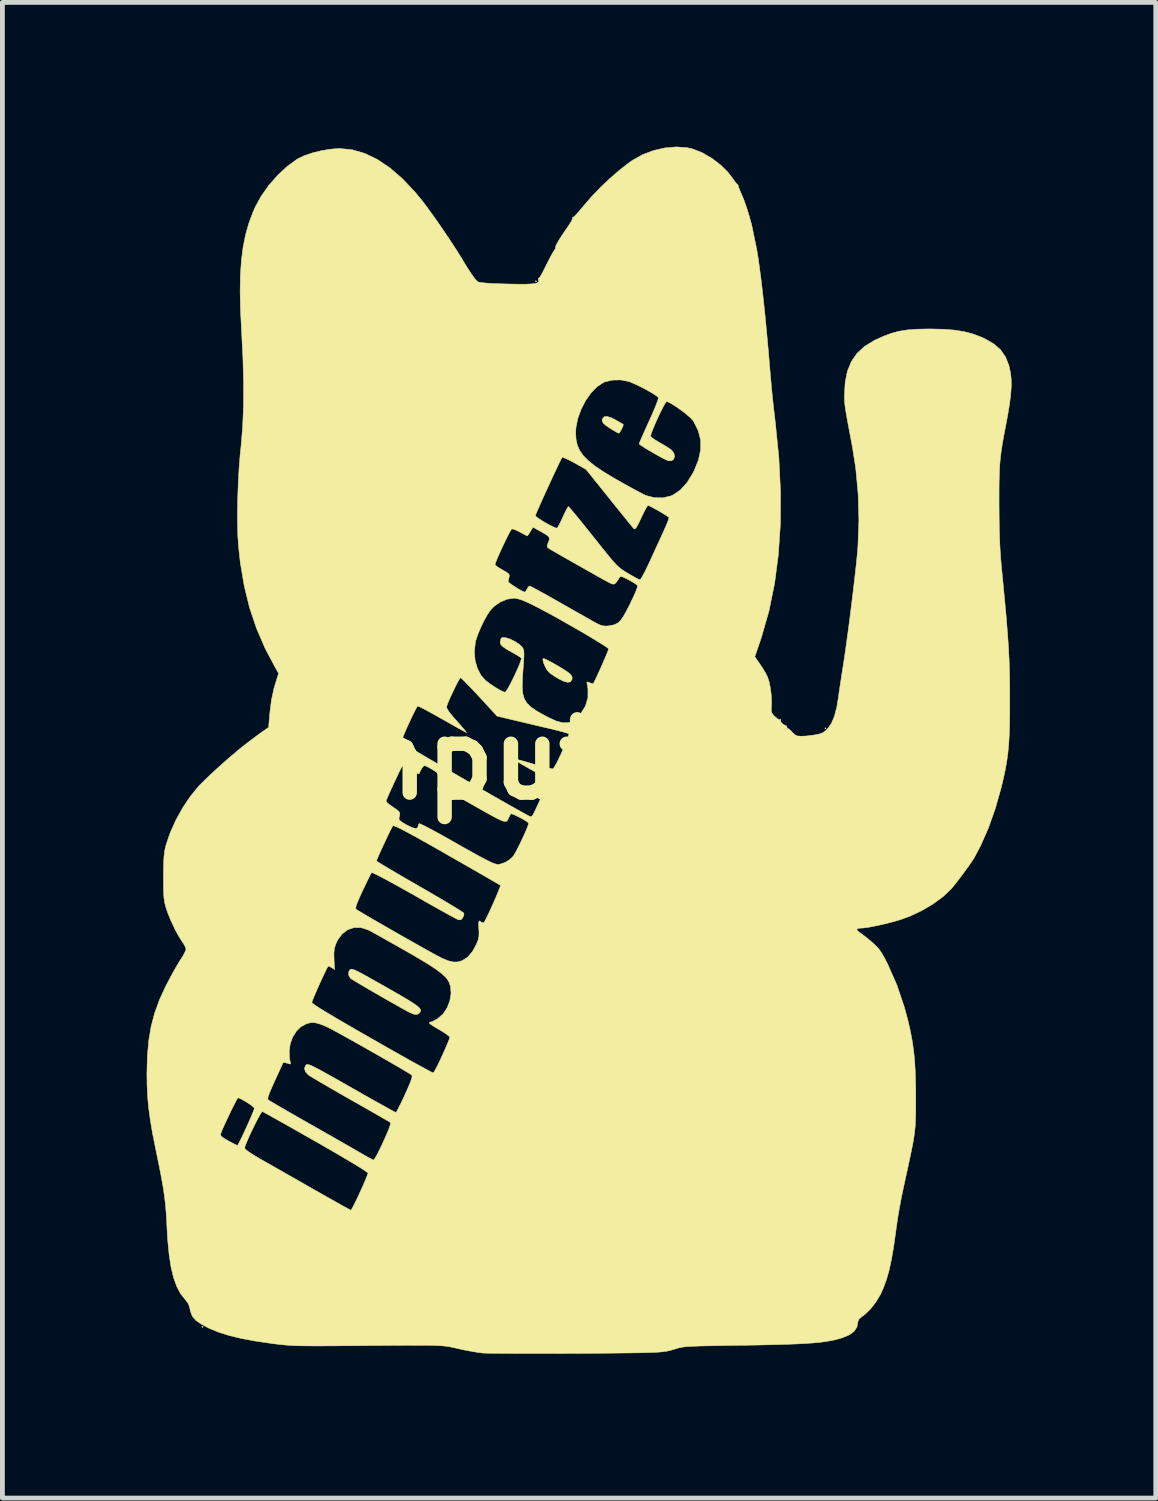
<source format=kicad_pcb>
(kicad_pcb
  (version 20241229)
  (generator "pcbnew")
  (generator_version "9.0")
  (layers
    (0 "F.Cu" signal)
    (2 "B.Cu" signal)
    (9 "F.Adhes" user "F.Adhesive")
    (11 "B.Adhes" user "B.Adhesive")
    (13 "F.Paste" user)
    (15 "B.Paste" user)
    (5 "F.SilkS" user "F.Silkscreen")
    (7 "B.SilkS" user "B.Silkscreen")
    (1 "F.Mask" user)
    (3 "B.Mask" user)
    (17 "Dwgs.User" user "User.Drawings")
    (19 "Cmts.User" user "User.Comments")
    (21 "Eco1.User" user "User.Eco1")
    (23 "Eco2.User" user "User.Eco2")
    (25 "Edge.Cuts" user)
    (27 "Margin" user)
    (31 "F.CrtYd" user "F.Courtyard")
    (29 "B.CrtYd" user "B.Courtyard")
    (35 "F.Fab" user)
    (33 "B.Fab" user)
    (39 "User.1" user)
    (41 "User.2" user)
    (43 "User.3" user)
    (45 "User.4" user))
  (footprint "inputkatze"
    (layer "F.Cu")
    (at 9.606 12.742)
    (property "Reference" "inputkatze" (at 0 0 0) (layer "F.SilkS") (effects (font (size 1.524 1.524) (thickness 0.3))))
    (attr through_hole)
    (fp_poly (pts (xy -8.433 11.798) (xy -8.445 11.811) (xy -8.458 11.798) (xy -8.445 11.786) (xy -8.433 11.798)) (stroke (width 0.01) (type solid)) (fill yes) (layer "F.SilkS"))
    (fp_poly (pts (xy -1.499 -9.944) (xy -1.511 -9.931) (xy -1.524 -9.944) (xy -1.511 -9.957) (xy -1.499 -9.944)) (stroke (width 0.01) (type solid)) (fill yes) (layer "F.SilkS"))
    (fp_poly (pts (xy 4.521 -0.648) (xy 4.508 -0.635) (xy 4.496 -0.648) (xy 4.508 -0.66) (xy 4.521 -0.648)) (stroke (width 0.01) (type solid)) (fill yes) (layer "F.SilkS"))
    (fp_poly (pts (xy 0.06 -7.103) (xy 0.149 -7.057) (xy 0.224 -7.014) (xy 0.28 -6.982) (xy 0.303 -6.968) (xy 0.301 -6.941) (xy 0.281 -6.891) (xy 0.252 -6.836) (xy 0.225 -6.794) (xy 0.21 -6.784) (xy 0.18 -6.797) (xy 0.12 -6.831) (xy 0.051 -6.872) (xy -0.051 -6.94) (xy -0.111 -6.993) (xy -0.136 -7.039) (xy -0.129 -7.083) (xy -0.125 -7.09) (xy -0.087 -7.128) (xy -0.028 -7.132) (xy 0.06 -7.103)) (stroke (width 0.01) (type solid)) (fill yes) (layer "F.SilkS"))
    (fp_poly (pts (xy -1.336 -2.095) (xy -1.276 -2.067) (xy -1.194 -2.024) (xy -1.1 -1.971) (xy -1.003 -1.914) (xy -0.913 -1.858) (xy -0.841 -1.809) (xy -0.797 -1.774) (xy -0.794 -1.771) (xy -0.758 -1.715) (xy -0.763 -1.66) (xy -0.764 -1.657) (xy -0.798 -1.613) (xy -0.855 -1.604) (xy -0.941 -1.629) (xy -1.041 -1.678) (xy -1.129 -1.731) (xy -1.207 -1.786) (xy -1.247 -1.819) (xy -1.287 -1.87) (xy -1.325 -1.941) (xy -1.354 -2.013) (xy -1.368 -2.073) (xy -1.362 -2.1) (xy -1.336 -2.095)) (stroke (width 0.01) (type solid)) (fill yes) (layer "F.SilkS"))
    (fp_poly (pts (xy -5.315 4.366) (xy -5.268 4.384) (xy -5.201 4.416) (xy -5.107 4.466) (xy -4.983 4.535) (xy -4.822 4.626) (xy -4.73 4.678) (xy -4.509 4.803) (xy -4.329 4.907) (xy -4.186 4.991) (xy -4.077 5.059) (xy -3.999 5.113) (xy -3.946 5.156) (xy -3.918 5.19) (xy -3.908 5.219) (xy -3.915 5.244) (xy -3.934 5.27) (xy -3.942 5.278) (xy -3.986 5.304) (xy -4.046 5.299) (xy -4.131 5.264) (xy -4.153 5.253) (xy -4.231 5.211) (xy -4.337 5.152) (xy -4.464 5.08) (xy -4.605 5.001) (xy -4.752 4.916) (xy -4.898 4.832) (xy -5.036 4.752) (xy -5.159 4.679) (xy -5.259 4.619) (xy -5.33 4.576) (xy -5.365 4.553) (xy -5.366 4.552) (xy -5.403 4.493) (xy -5.407 4.424) (xy -5.382 4.376) (xy -5.366 4.364) (xy -5.346 4.36) (xy -5.315 4.366)) (stroke (width 0.01) (type solid)) (fill yes) (layer "F.SilkS"))
    (fp_poly (pts (xy 1.633 -12.721) (xy 1.753 -12.693) (xy 1.947 -12.616) (xy 2.142 -12.503) (xy 2.324 -12.365) (xy 2.48 -12.212) (xy 2.583 -12.076) (xy 2.627 -12.013) (xy 2.661 -11.972) (xy 2.673 -11.963) (xy 2.692 -11.944) (xy 2.692 -11.936) (xy 2.702 -11.9) (xy 2.728 -11.834) (xy 2.759 -11.765) (xy 2.813 -11.633) (xy 2.87 -11.47) (xy 2.924 -11.296) (xy 2.97 -11.13) (xy 2.996 -11.011) (xy 3.019 -10.898) (xy 3.045 -10.77) (xy 3.062 -10.693) (xy 3.085 -10.572) (xy 3.112 -10.406) (xy 3.14 -10.201) (xy 3.171 -9.964) (xy 3.202 -9.699) (xy 3.233 -9.414) (xy 3.264 -9.114) (xy 3.293 -8.804) (xy 3.321 -8.492) (xy 3.326 -8.433) (xy 3.348 -8.172) (xy 3.367 -7.952) (xy 3.384 -7.763) (xy 3.4 -7.596) (xy 3.416 -7.44) (xy 3.433 -7.285) (xy 3.452 -7.122) (xy 3.467 -6.998) (xy 3.54 -6.264) (xy 3.574 -5.563) (xy 3.571 -4.895) (xy 3.529 -4.26) (xy 3.45 -3.657) (xy 3.333 -3.085) (xy 3.178 -2.544) (xy 3.158 -2.484) (xy 3.039 -2.136) (xy 3.146 -1.983) (xy 3.208 -1.889) (xy 3.265 -1.793) (xy 3.302 -1.721) (xy 3.337 -1.613) (xy 3.365 -1.474) (xy 3.383 -1.323) (xy 3.389 -1.179) (xy 3.385 -1.103) (xy 3.381 -1.022) (xy 3.392 -0.97) (xy 3.427 -0.921) (xy 3.454 -0.894) (xy 3.508 -0.848) (xy 3.552 -0.828) (xy 3.564 -0.829) (xy 3.581 -0.833) (xy 3.575 -0.825) (xy 3.575 -0.794) (xy 3.603 -0.753) (xy 3.645 -0.72) (xy 3.674 -0.711) (xy 3.704 -0.69) (xy 3.708 -0.669) (xy 3.715 -0.64) (xy 3.723 -0.642) (xy 3.747 -0.634) (xy 3.791 -0.596) (xy 3.815 -0.57) (xy 3.872 -0.513) (xy 3.929 -0.488) (xy 4.007 -0.483) (xy 4.097 -0.487) (xy 4.208 -0.499) (xy 4.291 -0.511) (xy 4.39 -0.532) (xy 4.46 -0.56) (xy 4.519 -0.605) (xy 4.552 -0.638) (xy 4.631 -0.747) (xy 4.694 -0.896) (xy 4.744 -1.087) (xy 4.775 -1.274) (xy 4.788 -1.37) (xy 4.808 -1.503) (xy 4.832 -1.66) (xy 4.857 -1.828) (xy 4.878 -1.956) (xy 4.91 -2.167) (xy 4.944 -2.409) (xy 4.981 -2.673) (xy 5.017 -2.95) (xy 5.052 -3.232) (xy 5.086 -3.509) (xy 5.117 -3.774) (xy 5.144 -4.016) (xy 5.166 -4.229) (xy 5.181 -4.402) (xy 5.184 -4.443) (xy 5.204 -4.976) (xy 5.188 -5.522) (xy 5.137 -6.064) (xy 5.069 -6.496) (xy 5.025 -6.73) (xy 4.989 -6.92) (xy 4.961 -7.072) (xy 4.94 -7.192) (xy 4.925 -7.286) (xy 4.914 -7.361) (xy 4.908 -7.421) (xy 4.904 -7.474) (xy 4.903 -7.524) (xy 4.903 -7.569) (xy 4.918 -7.84) (xy 4.965 -8.074) (xy 5.047 -8.274) (xy 5.164 -8.444) (xy 5.32 -8.588) (xy 5.515 -8.708) (xy 5.549 -8.725) (xy 5.724 -8.804) (xy 5.886 -8.864) (xy 6.047 -8.906) (xy 6.219 -8.933) (xy 6.414 -8.947) (xy 6.646 -8.952) (xy 6.693 -8.952) (xy 6.962 -8.946) (xy 7.191 -8.928) (xy 7.391 -8.896) (xy 7.571 -8.849) (xy 7.742 -8.785) (xy 7.814 -8.753) (xy 8.003 -8.645) (xy 8.148 -8.52) (xy 8.253 -8.37) (xy 8.324 -8.19) (xy 8.359 -8.023) (xy 8.371 -7.895) (xy 8.372 -7.75) (xy 8.36 -7.582) (xy 8.335 -7.385) (xy 8.296 -7.151) (xy 8.258 -6.947) (xy 8.219 -6.746) (xy 8.188 -6.573) (xy 8.164 -6.419) (xy 8.146 -6.274) (xy 8.133 -6.129) (xy 8.125 -5.974) (xy 8.12 -5.8) (xy 8.118 -5.596) (xy 8.118 -5.354) (xy 8.118 -5.283) (xy 8.12 -5.002) (xy 8.124 -4.76) (xy 8.131 -4.545) (xy 8.141 -4.346) (xy 8.155 -4.151) (xy 8.173 -3.948) (xy 8.176 -3.924) (xy 8.211 -3.562) (xy 8.241 -3.243) (xy 8.267 -2.962) (xy 8.287 -2.711) (xy 8.304 -2.483) (xy 8.317 -2.272) (xy 8.327 -2.071) (xy 8.334 -1.874) (xy 8.338 -1.673) (xy 8.34 -1.462) (xy 8.341 -1.257) (xy 8.34 -0.964) (xy 8.337 -0.713) (xy 8.33 -0.496) (xy 8.318 -0.304) (xy 8.301 -0.128) (xy 8.278 0.041) (xy 8.248 0.21) (xy 8.21 0.388) (xy 8.164 0.581) (xy 8.041 1.018) (xy 7.896 1.428) (xy 7.73 1.803) (xy 7.601 2.045) (xy 7.559 2.111) (xy 7.493 2.206) (xy 7.413 2.317) (xy 7.327 2.433) (xy 7.243 2.543) (xy 7.171 2.634) (xy 7.122 2.692) (xy 6.955 2.851) (xy 6.748 3.003) (xy 6.516 3.141) (xy 6.268 3.258) (xy 6.08 3.327) (xy 5.956 3.364) (xy 5.813 3.402) (xy 5.665 3.437) (xy 5.523 3.467) (xy 5.399 3.491) (xy 5.307 3.503) (xy 5.275 3.505) (xy 5.192 3.511) (xy 5.159 3.529) (xy 5.174 3.561) (xy 5.231 3.606) (xy 5.301 3.657) (xy 5.391 3.728) (xy 5.482 3.805) (xy 5.493 3.814) (xy 5.566 3.883) (xy 5.625 3.949) (xy 5.679 4.027) (xy 5.736 4.127) (xy 5.799 4.249) (xy 5.991 4.684) (xy 6.148 5.148) (xy 6.219 5.41) (xy 6.271 5.635) (xy 6.311 5.846) (xy 6.342 6.055) (xy 6.363 6.273) (xy 6.377 6.511) (xy 6.384 6.78) (xy 6.386 7.01) (xy 6.386 7.199) (xy 6.385 7.358) (xy 6.381 7.495) (xy 6.375 7.618) (xy 6.363 7.736) (xy 6.347 7.858) (xy 6.324 7.993) (xy 6.293 8.148) (xy 6.254 8.332) (xy 6.206 8.555) (xy 6.185 8.649) (xy 6.127 8.917) (xy 6.079 9.149) (xy 6.041 9.356) (xy 6.008 9.55) (xy 5.98 9.745) (xy 5.969 9.83) (xy 5.926 10.135) (xy 5.881 10.396) (xy 5.832 10.621) (xy 5.777 10.815) (xy 5.715 10.985) (xy 5.652 11.125) (xy 5.561 11.277) (xy 5.454 11.417) (xy 5.342 11.529) (xy 5.27 11.583) (xy 5.204 11.637) (xy 5.182 11.696) (xy 5.182 11.7) (xy 5.162 11.804) (xy 5.103 11.892) (xy 5.001 11.966) (xy 4.854 12.027) (xy 4.718 12.065) (xy 4.623 12.085) (xy 4.519 12.103) (xy 4.402 12.119) (xy 4.268 12.132) (xy 4.111 12.143) (xy 3.928 12.153) (xy 3.713 12.161) (xy 3.463 12.168) (xy 3.173 12.175) (xy 2.838 12.181) (xy 2.718 12.182) (xy 2.445 12.186) (xy 2.218 12.19) (xy 2.032 12.194) (xy 1.881 12.197) (xy 1.761 12.202) (xy 1.666 12.207) (xy 1.591 12.213) (xy 1.532 12.221) (xy 1.483 12.23) (xy 1.438 12.241) (xy 1.394 12.255) (xy 1.372 12.262) (xy 1.287 12.287) (xy 1.204 12.306) (xy 1.112 12.318) (xy 0.998 12.327) (xy 0.849 12.333) (xy 0.787 12.334) (xy 0.627 12.338) (xy 0.435 12.341) (xy 0.216 12.343) (xy -0.025 12.346) (xy -0.281 12.348) (xy -0.548 12.35) (xy -0.82 12.351) (xy -1.091 12.352) (xy -1.357 12.352) (xy -1.612 12.352) (xy -1.85 12.352) (xy -2.066 12.351) (xy -2.255 12.35) (xy -2.411 12.348) (xy -2.528 12.346) (xy -2.603 12.344) (xy -2.616 12.343) (xy -2.719 12.33) (xy -2.852 12.308) (xy -2.999 12.28) (xy -3.124 12.253) (xy -3.186 12.238) (xy -3.241 12.226) (xy -3.292 12.215) (xy -3.344 12.206) (xy -3.401 12.199) (xy -3.465 12.193) (xy -3.542 12.188) (xy -3.635 12.185) (xy -3.747 12.182) (xy -3.883 12.181) (xy -4.046 12.181) (xy -4.241 12.182) (xy -4.47 12.183) (xy -4.739 12.185) (xy -5.05 12.188) (xy -5.407 12.191) (xy -5.448 12.191) (xy -5.721 12.194) (xy -5.95 12.195) (xy -6.141 12.195) (xy -6.3 12.194) (xy -6.433 12.192) (xy -6.548 12.188) (xy -6.65 12.182) (xy -6.746 12.174) (xy -6.842 12.164) (xy -6.945 12.152) (xy -6.998 12.145) (xy -7.34 12.095) (xy -7.636 12.04) (xy -7.894 11.978) (xy -8.118 11.907) (xy -8.313 11.826) (xy -8.468 11.744) (xy -8.584 11.663) (xy -8.658 11.576) (xy -8.697 11.473) (xy -8.705 11.428) (xy -8.735 11.325) (xy -8.8 11.234) (xy -8.807 11.227) (xy -8.901 11.109) (xy -8.98 10.96) (xy -9.046 10.778) (xy -9.099 10.559) (xy -9.139 10.298) (xy -9.169 9.994) (xy -9.183 9.754) (xy -9.192 9.569) (xy -9.203 9.404) (xy -9.216 9.252) (xy -9.234 9.103) (xy -9.255 8.948) (xy -9.284 8.78) (xy -9.319 8.588) (xy -9.364 8.366) (xy -9.418 8.103) (xy -9.422 8.082) (xy -7.569 8.082) (xy -7.547 8.112) (xy -7.482 8.161) (xy -7.379 8.228) (xy -7.24 8.31) (xy -7.233 8.314) (xy -7.126 8.375) (xy -6.984 8.456) (xy -6.815 8.552) (xy -6.627 8.659) (xy -6.429 8.772) (xy -6.229 8.886) (xy -6.136 8.939) (xy -5.957 9.041) (xy -5.792 9.134) (xy -5.646 9.216) (xy -5.525 9.284) (xy -5.433 9.334) (xy -5.376 9.365) (xy -5.359 9.373) (xy -5.343 9.351) (xy -5.31 9.29) (xy -5.264 9.199) (xy -5.209 9.085) (xy -5.173 9.006) (xy -5.115 8.878) (xy -5.066 8.765) (xy -5.029 8.675) (xy -5.007 8.617) (xy -5.004 8.602) (xy -5.026 8.581) (xy -5.089 8.537) (xy -5.191 8.472) (xy -5.329 8.388) (xy -5.501 8.286) (xy -5.703 8.168) (xy -5.932 8.035) (xy -6.088 7.946) (xy -6.303 7.824) (xy -6.505 7.709) (xy -6.69 7.604) (xy -6.853 7.513) (xy -6.99 7.436) (xy -7.096 7.377) (xy -7.168 7.338) (xy -7.2 7.321) (xy -7.201 7.32) (xy -7.22 7.34) (xy -7.255 7.397) (xy -7.301 7.481) (xy -7.354 7.585) (xy -7.41 7.699) (xy -7.463 7.812) (xy -7.51 7.918) (xy -7.546 8.005) (xy -7.566 8.065) (xy -7.569 8.082) (xy -9.422 8.082) (xy -9.423 8.077) (xy -9.476 7.813) (xy -8.067 7.813) (xy -8.046 7.844) (xy -7.995 7.88) (xy -7.907 7.931) (xy -7.823 7.976) (xy -7.758 8.009) (xy -7.722 8.025) (xy -7.719 8.026) (xy -7.704 8.004) (xy -7.672 7.944) (xy -7.627 7.853) (xy -7.573 7.739) (xy -7.535 7.657) (xy -7.478 7.529) (xy -7.428 7.415) (xy -7.391 7.325) (xy -7.37 7.268) (xy -7.366 7.252) (xy -7.386 7.226) (xy -7.438 7.186) (xy -7.509 7.138) (xy -7.585 7.092) (xy -7.653 7.055) (xy -7.656 7.054) (xy -7.087 7.054) (xy -7.08 7.076) (xy -7.08 7.077) (xy -7.051 7.096) (xy -6.984 7.136) (xy -6.882 7.196) (xy -6.75 7.272) (xy -6.595 7.362) (xy -6.42 7.462) (xy -6.23 7.57) (xy -6.185 7.596) (xy -5.984 7.71) (xy -5.789 7.821) (xy -5.606 7.926) (xy -5.441 8.02) (xy -5.302 8.1) (xy -5.193 8.163) (xy -5.122 8.204) (xy -5.118 8.206) (xy -5.026 8.259) (xy -4.949 8.301) (xy -4.899 8.325) (xy -4.887 8.329) (xy -4.868 8.307) (xy -4.832 8.247) (xy -4.784 8.156) (xy -4.728 8.041) (xy -4.685 7.948) (xy -4.62 7.803) (xy -4.575 7.697) (xy -4.549 7.624) (xy -4.537 7.577) (xy -4.54 7.551) (xy -4.548 7.542) (xy -4.578 7.524) (xy -4.647 7.484) (xy -4.75 7.425) (xy -4.88 7.35) (xy -5.034 7.262) (xy -5.206 7.164) (xy -5.372 7.07) (xy -5.558 6.964) (xy -5.733 6.863) (xy -5.892 6.771) (xy -6.027 6.692) (xy -6.135 6.628) (xy -6.21 6.582) (xy -6.242 6.561) (xy -6.304 6.495) (xy -6.325 6.426) (xy -6.302 6.364) (xy -6.295 6.356) (xy -6.283 6.347) (xy -6.266 6.342) (xy -6.24 6.346) (xy -6.202 6.358) (xy -6.148 6.382) (xy -6.074 6.42) (xy -5.975 6.472) (xy -5.848 6.543) (xy -5.688 6.632) (xy -5.492 6.744) (xy -5.273 6.868) (xy -5.086 6.975) (xy -4.913 7.073) (xy -4.758 7.159) (xy -4.627 7.232) (xy -4.524 7.289) (xy -4.455 7.326) (xy -4.425 7.34) (xy -4.424 7.341) (xy -4.407 7.319) (xy -4.374 7.258) (xy -4.328 7.166) (xy -4.273 7.052) (xy -4.234 6.967) (xy -4.169 6.821) (xy -4.124 6.715) (xy -4.098 6.641) (xy -4.087 6.594) (xy -4.091 6.568) (xy -4.096 6.562) (xy -4.127 6.54) (xy -4.196 6.498) (xy -4.298 6.437) (xy -4.427 6.362) (xy -4.576 6.276) (xy -4.739 6.182) (xy -4.911 6.084) (xy -5.085 5.985) (xy -5.256 5.889) (xy -5.418 5.798) (xy -5.564 5.717) (xy -5.688 5.649) (xy -5.785 5.597) (xy -5.849 5.565) (xy -5.856 5.561) (xy -5.994 5.504) (xy -6.102 5.475) (xy -6.193 5.472) (xy -6.279 5.494) (xy -6.288 5.498) (xy -6.401 5.56) (xy -6.489 5.645) (xy -6.567 5.767) (xy -6.573 5.779) (xy -6.62 5.911) (xy -6.642 6.065) (xy -6.636 6.215) (xy -6.623 6.278) (xy -6.613 6.323) (xy -6.626 6.334) (xy -6.674 6.32) (xy -6.684 6.316) (xy -6.748 6.301) (xy -6.774 6.312) (xy -6.787 6.343) (xy -6.818 6.411) (xy -6.862 6.508) (xy -6.916 6.626) (xy -6.947 6.693) (xy -7.011 6.836) (xy -7.055 6.94) (xy -7.08 7.01) (xy -7.087 7.054) (xy -7.656 7.054) (xy -7.7 7.037) (xy -7.706 7.036) (xy -7.723 7.057) (xy -7.755 7.116) (xy -7.8 7.202) (xy -7.852 7.306) (xy -7.906 7.42) (xy -7.959 7.532) (xy -8.006 7.635) (xy -8.043 7.719) (xy -8.064 7.774) (xy -8.066 7.781) (xy -8.067 7.813) (xy -9.476 7.813) (xy -9.485 7.768) (xy -9.531 7.494) (xy -9.565 7.243) (xy -9.587 7.002) (xy -9.598 6.758) (xy -9.601 6.538) (xy -9.592 6.176) (xy -9.564 5.851) (xy -9.514 5.554) (xy -9.44 5.273) (xy -9.36 5.054) (xy -6.172 5.054) (xy -6.153 5.075) (xy -6.095 5.116) (xy -5.998 5.18) (xy -5.859 5.264) (xy -5.68 5.371) (xy -5.458 5.501) (xy -5.194 5.654) (xy -4.921 5.81) (xy -4.69 5.942) (xy -4.472 6.066) (xy -4.271 6.179) (xy -4.091 6.28) (xy -3.936 6.365) (xy -3.81 6.434) (xy -3.717 6.484) (xy -3.661 6.513) (xy -3.646 6.518) (xy -3.628 6.494) (xy -3.593 6.431) (xy -3.546 6.339) (xy -3.491 6.224) (xy -3.462 6.161) (xy -3.406 6.036) (xy -3.359 5.927) (xy -3.324 5.841) (xy -3.304 5.788) (xy -3.302 5.777) (xy -3.323 5.751) (xy -3.379 5.708) (xy -3.46 5.655) (xy -3.517 5.621) (xy -3.631 5.554) (xy -3.702 5.507) (xy -3.731 5.477) (xy -3.721 5.463) (xy -3.701 5.461) (xy -3.662 5.448) (xy -3.598 5.415) (xy -3.552 5.387) (xy -3.443 5.292) (xy -3.358 5.164) (xy -3.302 5.018) (xy -3.277 4.865) (xy -3.288 4.719) (xy -3.318 4.632) (xy -3.352 4.575) (xy -3.402 4.515) (xy -3.473 4.451) (xy -3.568 4.378) (xy -3.692 4.295) (xy -3.849 4.197) (xy -4.043 4.082) (xy -4.261 3.957) (xy -4.43 3.861) (xy -4.589 3.772) (xy -4.73 3.692) (xy -4.847 3.627) (xy -4.935 3.578) (xy -4.986 3.551) (xy -4.992 3.548) (xy -5.144 3.497) (xy -5.289 3.495) (xy -5.423 3.539) (xy -5.541 3.626) (xy -5.635 3.755) (xy -5.677 3.845) (xy -5.702 3.931) (xy -5.713 4.027) (xy -5.71 4.153) (xy -5.71 4.165) (xy -5.698 4.369) (xy -5.759 4.329) (xy -5.807 4.304) (xy -5.834 4.301) (xy -5.853 4.333) (xy -5.887 4.401) (xy -5.932 4.495) (xy -5.983 4.605) (xy -6.036 4.722) (xy -6.085 4.835) (xy -6.128 4.934) (xy -6.158 5.009) (xy -6.172 5.05) (xy -6.172 5.054) (xy -9.36 5.054) (xy -9.34 4.998) (xy -9.212 4.719) (xy -9.206 4.707) (xy -9.132 4.566) (xy -9.056 4.425) (xy -8.983 4.297) (xy -8.923 4.197) (xy -8.906 4.17) (xy -8.851 4.083) (xy -8.81 4.006) (xy -8.79 3.954) (xy -8.788 3.945) (xy -8.803 3.897) (xy -8.84 3.829) (xy -8.865 3.793) (xy -8.94 3.675) (xy -9.021 3.524) (xy -9.099 3.359) (xy -9.166 3.194) (xy -9.199 3.099) (xy -9.201 3.09) (xy -5.259 3.09) (xy -5.253 3.113) (xy -5.251 3.115) (xy -5.223 3.134) (xy -5.156 3.174) (xy -5.057 3.233) (xy -4.93 3.307) (xy -4.782 3.393) (xy -4.617 3.488) (xy -4.442 3.588) (xy -4.262 3.691) (xy -4.083 3.792) (xy -3.91 3.89) (xy -3.75 3.98) (xy -3.622 4.051) (xy -3.464 4.134) (xy -3.338 4.186) (xy -3.233 4.211) (xy -3.141 4.211) (xy -3.053 4.186) (xy -3.041 4.181) (xy -2.928 4.108) (xy -2.829 3.989) (xy -2.754 3.852) (xy -2.716 3.76) (xy -2.698 3.683) (xy -2.695 3.596) (xy -2.699 3.528) (xy -2.704 3.428) (xy -2.7 3.373) (xy -2.685 3.357) (xy -2.656 3.374) (xy -2.647 3.383) (xy -2.608 3.399) (xy -2.593 3.39) (xy -2.572 3.356) (xy -2.537 3.288) (xy -2.492 3.194) (xy -2.441 3.084) (xy -2.389 2.968) (xy -2.34 2.855) (xy -2.298 2.755) (xy -2.266 2.676) (xy -2.251 2.628) (xy -2.25 2.618) (xy -2.274 2.603) (xy -2.338 2.565) (xy -2.438 2.507) (xy -2.569 2.431) (xy -2.727 2.34) (xy -2.908 2.236) (xy -3.108 2.122) (xy -3.321 2) (xy -3.361 1.977) (xy -3.625 1.826) (xy -3.849 1.7) (xy -4.034 1.597) (xy -4.183 1.516) (xy -4.299 1.455) (xy -4.385 1.412) (xy -4.443 1.387) (xy -4.476 1.378) (xy -4.486 1.38) (xy -4.505 1.412) (xy -4.54 1.479) (xy -4.586 1.572) (xy -4.637 1.681) (xy -4.691 1.795) (xy -4.741 1.905) (xy -4.783 2) (xy -4.813 2.071) (xy -4.826 2.108) (xy -4.826 2.11) (xy -4.805 2.126) (xy -4.744 2.165) (xy -4.648 2.223) (xy -4.522 2.298) (xy -4.37 2.388) (xy -4.197 2.488) (xy -4.008 2.597) (xy -3.925 2.645) (xy -3.729 2.758) (xy -3.548 2.864) (xy -3.385 2.96) (xy -3.246 3.044) (xy -3.134 3.112) (xy -3.056 3.162) (xy -3.015 3.192) (xy -3.01 3.197) (xy -3.012 3.243) (xy -3.035 3.292) (xy -3.071 3.333) (xy -3.115 3.335) (xy -3.14 3.326) (xy -3.176 3.308) (xy -3.252 3.268) (xy -3.361 3.208) (xy -3.498 3.132) (xy -3.658 3.042) (xy -3.836 2.942) (xy -4.026 2.833) (xy -4.056 2.816) (xy -4.255 2.704) (xy -4.436 2.603) (xy -4.596 2.516) (xy -4.729 2.445) (xy -4.832 2.393) (xy -4.9 2.361) (xy -4.928 2.353) (xy -4.929 2.353) (xy -4.947 2.383) (xy -4.982 2.45) (xy -5.029 2.547) (xy -5.085 2.664) (xy -5.117 2.73) (xy -5.182 2.872) (xy -5.226 2.976) (xy -5.251 3.046) (xy -5.259 3.09) (xy -9.201 3.09) (xy -9.22 3.025) (xy -9.236 2.957) (xy -9.246 2.883) (xy -9.253 2.794) (xy -9.256 2.679) (xy -9.257 2.528) (xy -9.257 2.438) (xy -9.255 2.261) (xy -9.252 2.124) (xy -9.246 2.017) (xy -9.236 1.929) (xy -9.221 1.849) (xy -9.2 1.767) (xy -9.2 1.765) (xy -9.115 1.518) (xy -8.998 1.26) (xy -8.856 1.004) (xy -8.762 0.863) (xy -4.628 0.863) (xy -4.611 0.893) (xy -4.561 0.938) (xy -4.485 0.99) (xy -4.483 0.992) (xy -4.401 1.046) (xy -4.356 1.088) (xy -4.341 1.131) (xy -4.35 1.186) (xy -4.357 1.21) (xy -4.36 1.242) (xy -4.341 1.272) (xy -4.293 1.307) (xy -4.208 1.357) (xy -4.205 1.359) (xy -4.092 1.415) (xy -4.015 1.436) (xy -3.972 1.422) (xy -3.962 1.387) (xy -3.948 1.344) (xy -3.938 1.334) (xy -3.911 1.343) (xy -3.845 1.373) (xy -3.747 1.424) (xy -3.622 1.491) (xy -3.475 1.571) (xy -3.313 1.662) (xy -3.261 1.692) (xy -3.033 1.821) (xy -2.845 1.926) (xy -2.692 2.011) (xy -2.571 2.075) (xy -2.476 2.123) (xy -2.405 2.155) (xy -2.352 2.174) (xy -2.313 2.183) (xy -2.299 2.184) (xy -2.245 2.173) (xy -2.17 2.147) (xy -2.144 2.136) (xy -2.064 2.087) (xy -1.996 2.025) (xy -1.983 2.009) (xy -1.947 1.952) (xy -1.901 1.866) (xy -1.849 1.763) (xy -1.796 1.652) (xy -1.746 1.543) (xy -1.704 1.446) (xy -1.675 1.371) (xy -1.663 1.327) (xy -1.663 1.322) (xy -1.693 1.296) (xy -1.753 1.259) (xy -1.829 1.216) (xy -1.908 1.176) (xy -1.977 1.144) (xy -2.022 1.129) (xy -2.03 1.129) (xy -2.053 1.16) (xy -2.081 1.216) (xy -2.083 1.219) (xy -2.095 1.249) (xy -2.109 1.273) (xy -2.128 1.287) (xy -2.155 1.29) (xy -2.197 1.281) (xy -2.257 1.257) (xy -2.339 1.216) (xy -2.448 1.158) (xy -2.588 1.08) (xy -2.763 0.981) (xy -2.978 0.859) (xy -2.979 0.858) (xy -3.155 0.758) (xy -3.291 0.679) (xy -3.392 0.619) (xy -3.462 0.573) (xy -3.508 0.539) (xy -3.533 0.513) (xy -3.542 0.493) (xy -3.54 0.475) (xy -3.539 0.474) (xy -3.518 0.389) (xy -3.527 0.326) (xy -3.572 0.271) (xy -3.658 0.213) (xy -3.735 0.169) (xy -3.798 0.138) (xy -3.829 0.128) (xy -3.86 0.148) (xy -3.896 0.2) (xy -3.904 0.216) (xy -3.946 0.304) (xy -4.109 0.213) (xy -4.191 0.172) (xy -4.256 0.146) (xy -4.292 0.142) (xy -4.294 0.143) (xy -4.311 0.173) (xy -4.345 0.239) (xy -4.389 0.331) (xy -4.44 0.439) (xy -4.493 0.553) (xy -4.543 0.663) (xy -4.585 0.758) (xy -4.615 0.828) (xy -4.628 0.863) (xy -8.762 0.863) (xy -8.697 0.767) (xy -8.531 0.563) (xy -8.491 0.521) (xy -8.394 0.425) (xy -8.271 0.308) (xy -8.136 0.183) (xy -8.002 0.063) (xy -7.883 -0.042) (xy -7.823 -0.092) (xy -7.767 -0.139) (xy -7.729 -0.172) (xy -7.722 -0.179) (xy -7.694 -0.203) (xy -7.635 -0.25) (xy -7.555 -0.312) (xy -7.489 -0.362) (xy -4.312 -0.362) (xy -4.29 -0.346) (xy -4.228 -0.307) (xy -4.131 -0.248) (xy -4.004 -0.172) (xy -3.852 -0.082) (xy -3.678 0.02) (xy -3.488 0.131) (xy -3.286 0.248) (xy -3.078 0.369) (xy -2.866 0.491) (xy -2.657 0.611) (xy -2.455 0.727) (xy -2.264 0.836) (xy -2.089 0.936) (xy -1.935 1.022) (xy -1.807 1.094) (xy -1.708 1.148) (xy -1.644 1.182) (xy -1.619 1.193) (xy -1.593 1.175) (xy -1.573 1.149) (xy -1.553 1.111) (xy -1.517 1.036) (xy -1.469 0.934) (xy -1.414 0.815) (xy -1.396 0.775) (xy -1.34 0.655) (xy -1.3 0.566) (xy -1.279 0.498) (xy -1.281 0.446) (xy -1.309 0.399) (xy -1.367 0.353) (xy -1.458 0.297) (xy -1.587 0.226) (xy -1.672 0.178) (xy -1.787 0.112) (xy -1.884 0.055) (xy -1.954 0.011) (xy -1.991 -0.015) (xy -1.995 -0.02) (xy -1.969 -0.016) (xy -1.902 -0.00034) (xy -1.803 0.026) (xy -1.681 0.061) (xy -1.587 0.089) (xy -1.452 0.128) (xy -1.332 0.16) (xy -1.237 0.183) (xy -1.176 0.195) (xy -1.158 0.195) (xy -1.135 0.168) (xy -1.098 0.105) (xy -1.052 0.016) (xy -1.001 -0.09) (xy -0.95 -0.203) (xy -0.902 -0.313) (xy -0.863 -0.41) (xy -0.836 -0.485) (xy -0.827 -0.528) (xy -0.829 -0.533) (xy -0.86 -0.546) (xy -0.932 -0.568) (xy -1.035 -0.595) (xy -1.16 -0.627) (xy -1.232 -0.644) (xy -1.405 -0.684) (xy -1.599 -0.73) (xy -1.79 -0.775) (xy -1.957 -0.815) (xy -1.966 -0.817) (xy -2.32 -0.902) (xy -2.689 -1.302) (xy -2.799 -1.42) (xy -2.898 -1.524) (xy -2.981 -1.609) (xy -3.042 -1.669) (xy -3.076 -1.699) (xy -3.08 -1.702) (xy -3.098 -1.68) (xy -3.131 -1.623) (xy -3.174 -1.54) (xy -3.222 -1.441) (xy -3.271 -1.339) (xy -3.315 -1.242) (xy -3.348 -1.161) (xy -3.367 -1.107) (xy -3.367 -1.106) (xy -3.366 -1.074) (xy -3.344 -1.028) (xy -3.298 -0.964) (xy -3.223 -0.874) (xy -3.162 -0.805) (xy -3.081 -0.713) (xy -3.016 -0.637) (xy -2.972 -0.584) (xy -2.955 -0.56) (xy -2.955 -0.559) (xy -2.98 -0.571) (xy -3.042 -0.605) (xy -3.136 -0.656) (xy -3.254 -0.723) (xy -3.39 -0.8) (xy -3.458 -0.838) (xy -3.601 -0.919) (xy -3.73 -0.99) (xy -3.837 -1.048) (xy -3.917 -1.089) (xy -3.963 -1.109) (xy -3.97 -1.111) (xy -3.989 -1.086) (xy -4.023 -1.024) (xy -4.068 -0.934) (xy -4.119 -0.827) (xy -4.172 -0.712) (xy -4.222 -0.6) (xy -4.265 -0.498) (xy -4.296 -0.419) (xy -4.312 -0.371) (xy -4.312 -0.362) (xy -7.489 -0.362) (xy -7.462 -0.383) (xy -7.367 -0.455) (xy -7.279 -0.52) (xy -7.207 -0.573) (xy -7.177 -0.593) (xy -7.071 -0.666) (xy -7.043 -0.987) (xy -7.009 -1.251) (xy -6.958 -1.482) (xy -6.938 -1.549) (xy -6.863 -1.791) (xy -6.927 -1.903) (xy -7.111 -2.249) (xy -2.792 -2.249) (xy -2.778 -2.065) (xy -2.73 -1.894) (xy -2.653 -1.746) (xy -2.549 -1.633) (xy -2.547 -1.632) (xy -2.457 -1.566) (xy -2.361 -1.502) (xy -2.271 -1.448) (xy -2.198 -1.411) (xy -2.154 -1.397) (xy -2.132 -1.419) (xy -2.094 -1.478) (xy -2.047 -1.564) (xy -1.995 -1.667) (xy -1.941 -1.779) (xy -1.892 -1.887) (xy -1.851 -1.984) (xy -1.824 -2.059) (xy -1.814 -2.102) (xy -1.815 -2.107) (xy -1.843 -2.129) (xy -1.903 -2.167) (xy -1.986 -2.215) (xy -2.015 -2.231) (xy -2.128 -2.296) (xy -2.201 -2.347) (xy -2.242 -2.39) (xy -2.255 -2.433) (xy -2.249 -2.479) (xy -2.233 -2.523) (xy -2.201 -2.537) (xy -2.143 -2.532) (xy -2.048 -2.503) (xy -1.946 -2.452) (xy -1.854 -2.391) (xy -1.791 -2.328) (xy -1.788 -2.324) (xy -1.773 -2.295) (xy -1.764 -2.258) (xy -1.76 -2.205) (xy -1.762 -2.126) (xy -1.769 -2.012) (xy -1.779 -1.879) (xy -1.793 -1.669) (xy -1.797 -1.502) (xy -1.785 -1.368) (xy -1.754 -1.26) (xy -1.699 -1.17) (xy -1.616 -1.09) (xy -1.501 -1.01) (xy -1.349 -0.924) (xy -1.252 -0.873) (xy -1.087 -0.798) (xy -0.951 -0.762) (xy -0.836 -0.765) (xy -0.74 -0.805) (xy -0.721 -0.818) (xy -0.579 -0.956) (xy -0.482 -1.112) (xy -0.431 -1.284) (xy -0.43 -1.468) (xy -0.443 -1.543) (xy -0.453 -1.599) (xy -0.443 -1.614) (xy -0.404 -1.6) (xy -0.396 -1.596) (xy -0.345 -1.578) (xy -0.32 -1.577) (xy -0.302 -1.607) (xy -0.27 -1.673) (xy -0.227 -1.766) (xy -0.178 -1.874) (xy -0.127 -1.988) (xy -0.08 -2.097) (xy -0.04 -2.192) (xy -0.012 -2.262) (xy -0.000068 -2.297) (xy 0 -2.298) (xy -0.021 -2.319) (xy -0.081 -2.361) (xy -0.174 -2.42) (xy -0.295 -2.494) (xy -0.436 -2.579) (xy -0.593 -2.671) (xy -0.76 -2.767) (xy -0.931 -2.864) (xy -1.099 -2.959) (xy -1.26 -3.047) (xy -1.408 -3.126) (xy -1.536 -3.192) (xy -1.585 -3.217) (xy -1.72 -3.281) (xy -1.822 -3.322) (xy -1.902 -3.345) (xy -1.97 -3.353) (xy -1.98 -3.353) (xy -2.118 -3.331) (xy -2.259 -3.27) (xy -2.386 -3.18) (xy -2.451 -3.113) (xy -2.519 -3.015) (xy -2.593 -2.884) (xy -2.663 -2.737) (xy -2.723 -2.592) (xy -2.765 -2.465) (xy -2.771 -2.437) (xy -2.792 -2.249) (xy -7.111 -2.249) (xy -7.144 -2.312) (xy -7.323 -2.728) (xy -7.467 -3.158) (xy -7.578 -3.61) (xy -7.652 -4.051) (xy -2.362 -4.051) (xy -2.341 -4.027) (xy -2.287 -3.988) (xy -2.21 -3.943) (xy -2.207 -3.941) (xy -2.126 -3.895) (xy -2.082 -3.861) (xy -2.065 -3.832) (xy -2.068 -3.796) (xy -2.07 -3.789) (xy -2.084 -3.731) (xy -2.091 -3.699) (xy -2.073 -3.678) (xy -2.023 -3.64) (xy -1.954 -3.594) (xy -1.879 -3.547) (xy -1.81 -3.508) (xy -1.76 -3.484) (xy -1.746 -3.48) (xy -1.722 -3.5) (xy -1.697 -3.543) (xy -1.668 -3.59) (xy -1.643 -3.607) (xy -1.615 -3.595) (xy -1.55 -3.561) (xy -1.452 -3.508) (xy -1.328 -3.44) (xy -1.185 -3.36) (xy -1.044 -3.28) (xy -0.879 -3.186) (xy -0.719 -3.095) (xy -0.572 -3.012) (xy -0.446 -2.94) (xy -0.351 -2.886) (xy -0.305 -2.86) (xy -0.211 -2.81) (xy -0.14 -2.783) (xy -0.074 -2.774) (xy -0.01 -2.776) (xy 0.117 -2.801) (xy 0.2 -2.843) (xy 0.245 -2.886) (xy 0.297 -2.959) (xy 0.36 -3.067) (xy 0.437 -3.217) (xy 0.448 -3.24) (xy 0.506 -3.361) (xy 0.554 -3.468) (xy 0.587 -3.551) (xy 0.602 -3.602) (xy 0.602 -3.612) (xy 0.575 -3.639) (xy 0.514 -3.68) (xy 0.432 -3.727) (xy 0.419 -3.734) (xy 0.332 -3.778) (xy 0.279 -3.801) (xy 0.248 -3.803) (xy 0.229 -3.789) (xy 0.22 -3.775) (xy 0.169 -3.696) (xy 0.131 -3.654) (xy 0.093 -3.644) (xy 0.043 -3.661) (xy 0.007 -3.679) (xy -0.043 -3.706) (xy -0.129 -3.753) (xy -0.242 -3.817) (xy -0.376 -3.892) (xy -0.522 -3.975) (xy -0.673 -4.06) (xy -0.821 -4.144) (xy -0.958 -4.222) (xy -1.077 -4.29) (xy -1.169 -4.343) (xy -1.227 -4.377) (xy -1.237 -4.384) (xy -1.272 -4.41) (xy -1.28 -4.439) (xy -1.263 -4.49) (xy -1.254 -4.512) (xy -1.235 -4.565) (xy -1.233 -4.605) (xy -1.255 -4.64) (xy -1.307 -4.679) (xy -1.395 -4.731) (xy -1.428 -4.749) (xy -1.574 -4.83) (xy -1.628 -4.739) (xy -1.663 -4.683) (xy -1.688 -4.651) (xy -1.692 -4.648) (xy -1.718 -4.66) (xy -1.775 -4.69) (xy -1.842 -4.727) (xy -1.92 -4.766) (xy -1.983 -4.79) (xy -2.014 -4.794) (xy -2.033 -4.768) (xy -2.068 -4.706) (xy -2.114 -4.616) (xy -2.166 -4.509) (xy -2.22 -4.395) (xy -2.271 -4.283) (xy -2.315 -4.182) (xy -2.346 -4.104) (xy -2.362 -4.057) (xy -2.362 -4.051) (xy -7.652 -4.051) (xy -7.659 -4.093) (xy -7.697 -4.441) (xy -7.711 -4.648) (xy -7.717 -4.894) (xy -7.718 -5.069) (xy -1.524 -5.069) (xy -1.503 -5.045) (xy -1.448 -5.005) (xy -1.372 -4.956) (xy -1.285 -4.906) (xy -1.2 -4.86) (xy -1.128 -4.826) (xy -1.081 -4.81) (xy -1.072 -4.81) (xy -1.052 -4.838) (xy -1.018 -4.902) (xy -0.975 -4.99) (xy -0.952 -5.041) (xy -0.908 -5.135) (xy -0.87 -5.209) (xy -0.844 -5.251) (xy -0.836 -5.258) (xy -0.816 -5.239) (xy -0.769 -5.184) (xy -0.698 -5.1) (xy -0.607 -4.989) (xy -0.501 -4.858) (xy -0.383 -4.711) (xy -0.318 -4.629) (xy -0.179 -4.454) (xy -0.067 -4.314) (xy 0.023 -4.204) (xy 0.095 -4.119) (xy 0.155 -4.054) (xy 0.207 -4.004) (xy 0.255 -3.964) (xy 0.305 -3.929) (xy 0.361 -3.894) (xy 0.402 -3.869) (xy 0.497 -3.814) (xy 0.578 -3.769) (xy 0.634 -3.742) (xy 0.651 -3.736) (xy 0.671 -3.757) (xy 0.707 -3.817) (xy 0.755 -3.907) (xy 0.81 -4.02) (xy 0.84 -4.083) (xy 0.911 -4.238) (xy 0.989 -4.408) (xy 1.065 -4.573) (xy 1.129 -4.713) (xy 1.133 -4.723) (xy 1.183 -4.834) (xy 1.223 -4.929) (xy 1.248 -4.998) (xy 1.256 -5.031) (xy 1.256 -5.032) (xy 1.229 -5.053) (xy 1.17 -5.091) (xy 1.091 -5.139) (xy 1.004 -5.189) (xy 0.921 -5.234) (xy 0.856 -5.268) (xy 0.82 -5.283) (xy 0.818 -5.283) (xy 0.8 -5.262) (xy 0.765 -5.203) (xy 0.721 -5.116) (xy 0.677 -5.025) (xy 0.623 -4.91) (xy 0.583 -4.837) (xy 0.555 -4.799) (xy 0.535 -4.792) (xy 0.527 -4.797) (xy 0.503 -4.824) (xy 0.452 -4.886) (xy 0.378 -4.977) (xy 0.285 -5.092) (xy 0.177 -5.226) (xy 0.057 -5.374) (xy 0.013 -5.43) (xy -0.47 -6.031) (xy -0.709 -6.166) (xy -0.808 -6.219) (xy -0.891 -6.258) (xy -0.947 -6.28) (xy -0.968 -6.281) (xy -0.984 -6.252) (xy -1.018 -6.184) (xy -1.065 -6.086) (xy -1.122 -5.965) (xy -1.186 -5.828) (xy -1.253 -5.683) (xy -1.32 -5.537) (xy -1.382 -5.399) (xy -1.437 -5.275) (xy -1.482 -5.174) (xy -1.512 -5.103) (xy -1.524 -5.07) (xy -1.524 -5.069) (xy -7.718 -5.069) (xy -7.718 -5.169) (xy -7.712 -5.461) (xy -7.701 -5.758) (xy -7.685 -6.051) (xy -7.663 -6.329) (xy -7.645 -6.502) (xy -7.62 -6.794) (xy -0.686 -6.794) (xy -0.678 -6.659) (xy -0.652 -6.538) (xy -0.604 -6.427) (xy -0.529 -6.32) (xy -0.425 -6.214) (xy -0.286 -6.103) (xy -0.11 -5.984) (xy 0.109 -5.852) (xy 0.185 -5.808) (xy 0.334 -5.724) (xy 0.475 -5.646) (xy 0.601 -5.578) (xy 0.702 -5.525) (xy 0.77 -5.492) (xy 0.782 -5.487) (xy 0.951 -5.443) (xy 1.127 -5.44) (xy 1.293 -5.48) (xy 1.341 -5.501) (xy 1.492 -5.604) (xy 1.629 -5.755) (xy 1.752 -5.954) (xy 1.779 -6.007) (xy 1.869 -6.233) (xy 1.914 -6.443) (xy 1.913 -6.64) (xy 1.865 -6.831) (xy 1.772 -7.02) (xy 1.754 -7.047) (xy 1.711 -7.096) (xy 1.64 -7.159) (xy 1.55 -7.231) (xy 1.452 -7.302) (xy 1.357 -7.366) (xy 1.276 -7.414) (xy 1.218 -7.44) (xy 1.205 -7.442) (xy 1.184 -7.42) (xy 1.149 -7.361) (xy 1.104 -7.274) (xy 1.053 -7.17) (xy 1.001 -7.058) (xy 0.953 -6.947) (xy 0.912 -6.848) (xy 0.884 -6.771) (xy 0.872 -6.725) (xy 0.873 -6.718) (xy 0.9 -6.692) (xy 0.96 -6.649) (xy 1.043 -6.599) (xy 1.071 -6.583) (xy 1.166 -6.528) (xy 1.25 -6.475) (xy 1.307 -6.434) (xy 1.314 -6.427) (xy 1.359 -6.362) (xy 1.37 -6.296) (xy 1.35 -6.241) (xy 1.304 -6.209) (xy 1.239 -6.212) (xy 1.189 -6.233) (xy 1.112 -6.272) (xy 1.018 -6.323) (xy 0.917 -6.381) (xy 0.818 -6.439) (xy 0.732 -6.492) (xy 0.668 -6.534) (xy 0.637 -6.559) (xy 0.635 -6.563) (xy 0.645 -6.592) (xy 0.673 -6.659) (xy 0.716 -6.758) (xy 0.771 -6.881) (xy 0.834 -7.02) (xy 0.842 -7.037) (xy 0.905 -7.178) (xy 0.959 -7.305) (xy 1.001 -7.41) (xy 1.027 -7.485) (xy 1.035 -7.522) (xy 1.035 -7.524) (xy 1.006 -7.552) (xy 0.942 -7.596) (xy 0.851 -7.65) (xy 0.746 -7.708) (xy 0.635 -7.764) (xy 0.529 -7.814) (xy 0.439 -7.852) (xy 0.41 -7.862) (xy 0.249 -7.892) (xy 0.081 -7.889) (xy -0.075 -7.852) (xy -0.114 -7.835) (xy -0.245 -7.748) (xy -0.368 -7.62) (xy -0.479 -7.462) (xy -0.571 -7.283) (xy -0.64 -7.095) (xy -0.679 -6.906) (xy -0.686 -6.794) (xy -7.62 -6.794) (xy -7.611 -6.897) (xy -7.593 -7.34) (xy -7.591 -7.828) (xy -7.605 -8.362) (xy -7.634 -8.928) (xy -7.655 -9.351) (xy -7.663 -9.731) (xy -7.657 -10.071) (xy -7.636 -10.379) (xy -7.6 -10.659) (xy -7.548 -10.917) (xy -7.479 -11.157) (xy -7.393 -11.386) (xy -7.346 -11.493) (xy -7.222 -11.718) (xy -7.064 -11.941) (xy -6.881 -12.149) (xy -6.685 -12.332) (xy -6.485 -12.477) (xy -6.457 -12.494) (xy -6.326 -12.556) (xy -6.161 -12.612) (xy -5.977 -12.658) (xy -5.792 -12.689) (xy -5.621 -12.704) (xy -5.597 -12.704) (xy -5.336 -12.679) (xy -5.075 -12.604) (xy -4.813 -12.479) (xy -4.551 -12.303) (xy -4.29 -12.078) (xy -4.03 -11.803) (xy -3.9 -11.646) (xy -3.795 -11.51) (xy -3.673 -11.342) (xy -3.539 -11.153) (xy -3.402 -10.953) (xy -3.269 -10.753) (xy -3.147 -10.566) (xy -3.045 -10.402) (xy -3.01 -10.342) (xy -2.929 -10.21) (xy -2.853 -10.094) (xy -2.786 -10.003) (xy -2.734 -9.945) (xy -2.714 -9.929) (xy -2.667 -9.918) (xy -2.573 -9.908) (xy -2.437 -9.898) (xy -2.261 -9.891) (xy -2.109 -9.887) (xy -1.902 -9.883) (xy -1.74 -9.882) (xy -1.62 -9.887) (xy -1.536 -9.896) (xy -1.484 -9.911) (xy -1.458 -9.932) (xy -1.455 -9.961) (xy -1.46 -9.977) (xy -1.465 -10.003) (xy -1.458 -10.001) (xy -1.441 -10.015) (xy -1.407 -10.067) (xy -1.363 -10.148) (xy -1.318 -10.238) (xy -1.262 -10.35) (xy -1.209 -10.452) (xy -1.165 -10.532) (xy -1.142 -10.568) (xy -1.111 -10.616) (xy -1.102 -10.642) (xy -1.104 -10.643) (xy -1.105 -10.662) (xy -1.082 -10.715) (xy -1.037 -10.794) (xy -0.974 -10.893) (xy -0.9 -11.002) (xy -0.879 -11.032) (xy -0.819 -11.12) (xy -0.775 -11.193) (xy -0.752 -11.242) (xy -0.751 -11.255) (xy -0.75 -11.273) (xy -0.742 -11.272) (xy -0.718 -11.288) (xy -0.67 -11.337) (xy -0.603 -11.412) (xy -0.524 -11.506) (xy -0.499 -11.536) (xy -0.346 -11.713) (xy -0.166 -11.899) (xy 0.029 -12.084) (xy 0.227 -12.255) (xy 0.414 -12.401) (xy 0.496 -12.459) (xy 0.706 -12.576) (xy 0.936 -12.663) (xy 1.174 -12.717) (xy 1.411 -12.737) (xy 1.633 -12.721)) (stroke (width 0.01) (type solid)) (fill yes) (layer "F.SilkS")))
  (gr_rect
    (start -3 -3)
    (end 20.983 28.1)
    (stroke (width 0.1) (type default))
    (fill no)
    (layer "Edge.Cuts")))
</source>
